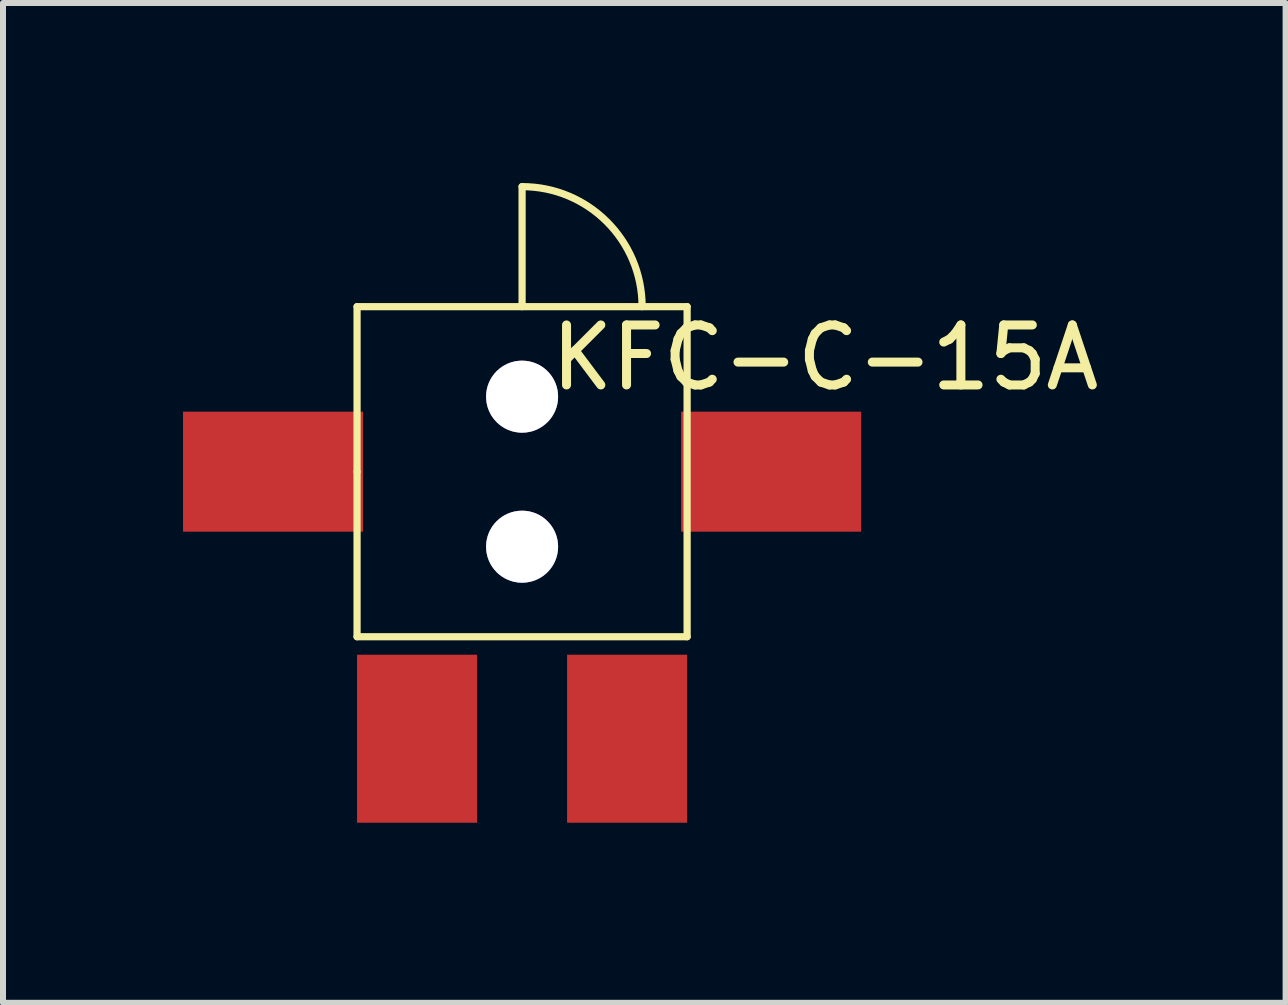
<source format=kicad_pcb>
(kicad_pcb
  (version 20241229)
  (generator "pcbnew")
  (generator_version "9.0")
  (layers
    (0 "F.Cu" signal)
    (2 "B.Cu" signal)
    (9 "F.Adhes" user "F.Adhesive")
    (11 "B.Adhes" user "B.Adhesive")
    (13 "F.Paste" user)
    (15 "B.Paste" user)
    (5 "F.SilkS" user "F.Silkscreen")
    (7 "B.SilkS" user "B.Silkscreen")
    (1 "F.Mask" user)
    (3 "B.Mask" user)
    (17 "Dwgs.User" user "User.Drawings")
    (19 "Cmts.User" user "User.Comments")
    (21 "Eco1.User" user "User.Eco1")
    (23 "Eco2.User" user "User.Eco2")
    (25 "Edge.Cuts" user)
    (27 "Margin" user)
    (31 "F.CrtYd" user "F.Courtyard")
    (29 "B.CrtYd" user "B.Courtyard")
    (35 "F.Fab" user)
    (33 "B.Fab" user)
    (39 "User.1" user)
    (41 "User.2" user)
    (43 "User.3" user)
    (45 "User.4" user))
  (footprint "KFC-C-15A"
    (layer "F.Cu")
    (at 5.65 4.81)
    (property "Reference" "KFC-C-15A" (at 5.05 -1.9 0) (layer "F.SilkS") (effects (font (size 1 1) (thickness 0.15))))
    (attr through_hole)
    (fp_line (start -2.75 -2.75) (end -2.75 0) (stroke (width 0.12) (type solid)) (layer "F.SilkS"))
    (fp_line (start -2.75 0) (end -2.75 2.75) (stroke (width 0.12) (type solid)) (layer "F.SilkS"))
    (fp_line (start -2.75 2.75) (end 2.75 2.75) (stroke (width 0.12) (type solid)) (layer "F.SilkS"))
    (fp_line (start 0 -2.75) (end 0 -4.75) (stroke (width 0.12) (type solid)) (layer "F.SilkS"))
    (fp_line (start 2.75 -2.75) (end -2.75 -2.75) (stroke (width 0.12) (type solid)) (layer "F.SilkS"))
    (fp_line (start 2.75 2.75) (end 2.75 -2.75) (stroke (width 0.12) (type solid)) (layer "F.SilkS"))
    (fp_arc (start 0 -4.75) (mid 1.414214 -4.164214) (end 2 -2.75) (stroke (width 0.12) (type solid)) (layer "F.SilkS"))
    (pad "" thru_hole oval (at 0 -1.25) (size 1.2 1.2) (drill 1.2) (layers "*.Cu" "*.Mask"))
    (pad "" thru_hole oval (at 0 1.25) (size 1.2 1.2) (drill 1.2) (layers "*.Cu" "*.Mask"))
    (pad "1" smd rect (at -1.75 4.45) (size 2 2.8) (layers "F.Cu" "F.Mask" "F.Paste"))
    (pad "2" smd rect (at -4.15 0) (size 3 2) (layers "F.Cu" "F.Mask" "F.Paste"))
    (pad "2" smd rect (at 1.75 4.45) (size 2 2.8) (layers "F.Cu" "F.Mask" "F.Paste"))
    (pad "2" smd rect (at 4.15 0) (size 3 2) (layers "F.Cu" "F.Mask" "F.Paste")))
  (gr_rect
    (start -3 -3)
    (end 18.373 13.66)
    (stroke (width 0.1) (type default))
    (fill no)
    (layer "Edge.Cuts")))
</source>
